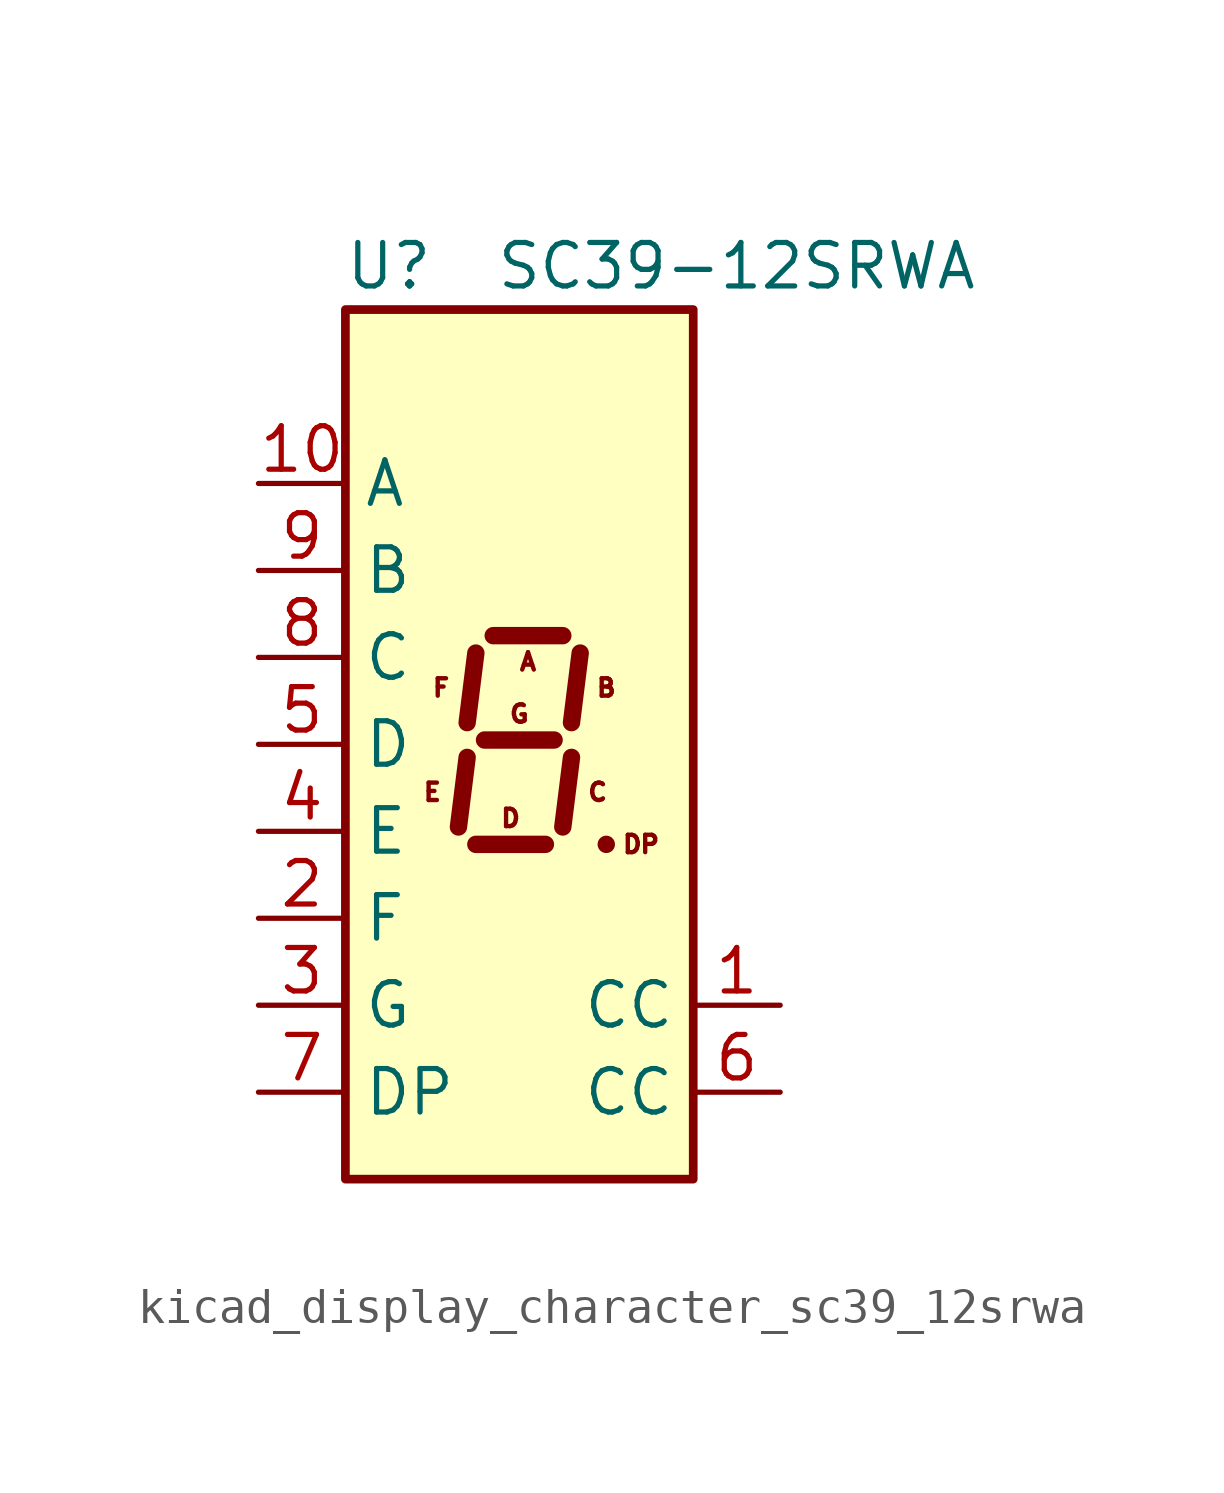
<source format=kicad_sym>
(kicad_symbol_lib
  (version 20220914)
  (generator kicad_symbol_editor)
  (symbol "kicad_display_character_sc39_12srwa"
    (property "Reference" "U"
      (at -3.81 13.97 0)
      (effects (font (size 1.27 1.27))))
    (property "Value" "SC39-12SRWA"
      (at 6.35 13.97 0)
      (effects (font (size 1.27 1.27))))
    (symbol "kicad_display_character_sc39_12srwa_1_0"
      (text "A" (at 0.254 2.413 0) (effects (font (size 0.508 0.508))))
      (text "B" (at 2.54 1.651 0) (effects (font (size 0.508 0.508))))
      (text "C" (at 2.286 -1.397 0) (effects (font (size 0.508 0.508))))
      (text "D" (at -0.254 -2.159 0) (effects (font (size 0.508 0.508))))
      (text "DP" (at 3.556 -2.921 0) (effects (font (size 0.508 0.508))))
      (text "E" (at -2.54 -1.397 0) (effects (font (size 0.508 0.508))))
      (text "F" (at -2.286 1.651 0) (effects (font (size 0.508 0.508))))
      (text "G" (at 0 0.889 0) (effects (font (size 0.508 0.508)))))
    (symbol "kicad_display_character_sc39_12srwa_1_1"
      (rectangle (start -5.08 12.7) (end 5.08 -12.7) (stroke (width 0.254) (type default)) (fill (type background)))
      (polyline (pts (xy -1.524 -0.381) (xy -1.778 -2.413)) (stroke (width 0.508) (type default)) (fill (type none)))
      (polyline (pts (xy -1.27 -2.921) (xy 0.762 -2.921)) (stroke (width 0.508) (type default)) (fill (type none)))
      (polyline (pts (xy -1.27 2.667) (xy -1.524 0.635)) (stroke (width 0.508) (type default)) (fill (type none)))
      (polyline (pts (xy -1.016 0.127) (xy 1.016 0.127)) (stroke (width 0.508) (type default)) (fill (type none)))
      (polyline (pts (xy -0.762 3.175) (xy 1.27 3.175)) (stroke (width 0.508) (type default)) (fill (type none)))
      (polyline (pts (xy 1.524 -0.381) (xy 1.27 -2.413)) (stroke (width 0.508) (type default)) (fill (type none)))
      (polyline (pts (xy 1.778 2.667) (xy 1.524 0.635)) (stroke (width 0.508) (type default)) (fill (type none)))
      (polyline (pts (xy 2.54 -2.921) (xy 2.54 -2.921)) (stroke (width 0.508) (type default)) (fill (type none)))
      (pin input line (at 7.62 -7.62 180) (length 2.54) (name "CC" (effects (font (size 1.27 1.27)))) (number "1" (effects (font (size 1.27 1.27)))))
      (pin input line (at -7.62 7.62 0) (length 2.54) (name "A" (effects (font (size 1.27 1.27)))) (number "10" (effects (font (size 1.27 1.27)))))
      (pin input line (at -7.62 -5.08 0) (length 2.54) (name "F" (effects (font (size 1.27 1.27)))) (number "2" (effects (font (size 1.27 1.27)))))
      (pin input line (at -7.62 -7.62 0) (length 2.54) (name "G" (effects (font (size 1.27 1.27)))) (number "3" (effects (font (size 1.27 1.27)))))
      (pin input line (at -7.62 -2.54 0) (length 2.54) (name "E" (effects (font (size 1.27 1.27)))) (number "4" (effects (font (size 1.27 1.27)))))
      (pin input line (at -7.62 0 0) (length 2.54) (name "D" (effects (font (size 1.27 1.27)))) (number "5" (effects (font (size 1.27 1.27)))))
      (pin input line (at 7.62 -10.16 180) (length 2.54) (name "CC" (effects (font (size 1.27 1.27)))) (number "6" (effects (font (size 1.27 1.27)))))
      (pin input line (at -7.62 -10.16 0) (length 2.54) (name "DP" (effects (font (size 1.27 1.27)))) (number "7" (effects (font (size 1.27 1.27)))))
      (pin input line (at -7.62 2.54 0) (length 2.54) (name "C" (effects (font (size 1.27 1.27)))) (number "8" (effects (font (size 1.27 1.27)))))
      (pin input line (at -7.62 5.08 0) (length 2.54) (name "B" (effects (font (size 1.27 1.27)))) (number "9" (effects (font (size 1.27 1.27))))))))
</source>
